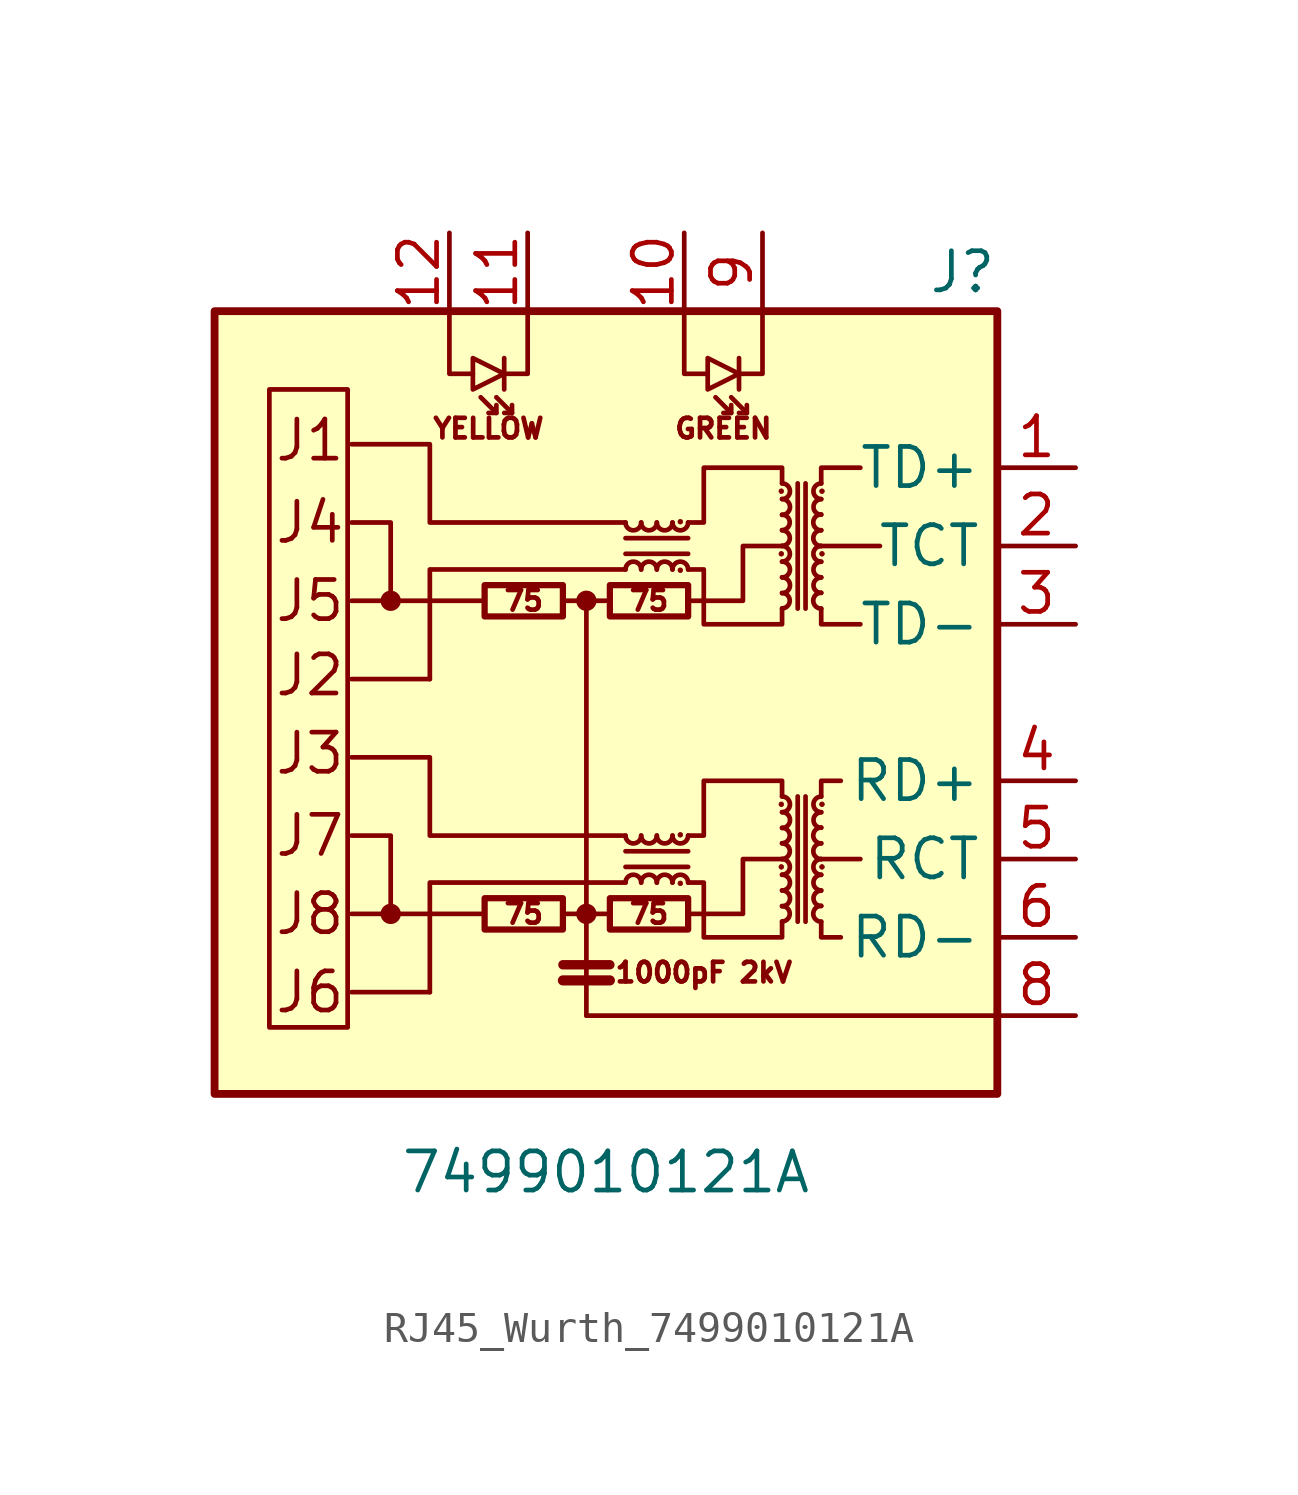
<source format=kicad_sym>
(kicad_symbol_lib
  (version 20220914)
  (generator kicad_symbol_editor)
  (symbol "RJ45_Wurth_7499010121A"
    (property "Reference" "J"
      (at 12.7 13.97 0)
      (effects (font (size 1.27 1.27)) (justify right)))
    (property "Value" "7499010121A"
      (at 0 -15.24 0)
      (effects (font (size 1.27 1.27))))
    (symbol "RJ45_Wurth_7499010121A_0_0"
      (rectangle (start -12.7 12.7) (end 12.7 -12.7) (stroke (width 0.254) (type solid)) (fill (type background)))
      (polyline (pts (xy -3.937 -6.858) (xy -8.255 -6.858)) (stroke (width 0) (type solid)) (fill (type none)))
      (polyline (pts (xy -3.937 3.302) (xy -8.255 3.302)) (stroke (width 0) (type solid)) (fill (type none)))
      (polyline (pts (xy -0.635 -10.16) (xy 12.7 -10.16)) (stroke (width 0) (type solid)) (fill (type none)))
      (polyline (pts (xy 8.255 -5.08) (xy 6.985 -5.08)) (stroke (width 0) (type solid)) (fill (type none)))
      (polyline (pts (xy 8.89 5.08) (xy 6.985 5.08)) (stroke (width 0) (type solid)) (fill (type none)))
      (polyline (pts (xy 0.635 -4.318) (xy -5.715 -4.318) (xy -5.715 -1.778) (xy -8.255 -1.778)) (stroke (width 0) (type solid)) (fill (type none)))
      (polyline (pts (xy 0.635 5.842) (xy -5.715 5.842) (xy -5.715 8.382) (xy -8.255 8.382)) (stroke (width 0) (type solid)) (fill (type none)))
      (polyline (pts (xy 2.667 -6.858) (xy 4.445 -6.858) (xy 4.445 -5.08) (xy 5.715 -5.08)) (stroke (width 0) (type solid)) (fill (type none)))
      (polyline (pts (xy 2.667 3.302) (xy 4.445 3.302) (xy 4.445 5.08) (xy 5.715 5.08)) (stroke (width 0) (type solid)) (fill (type none)))
      (text "1000pF 2kV" (at 3.175 -8.763 0) (effects (font (size 0.635 0.635))))
      (text "75" (at -2.667 -6.858 0) (effects (font (size 0.635 0.635))))
      (text "75" (at -2.667 3.302 0) (effects (font (size 0.635 0.635))))
      (text "75" (at 1.397 -6.858 0) (effects (font (size 0.635 0.635))))
      (text "75" (at 1.397 3.302 0) (effects (font (size 0.635 0.635))))
      (text "GREEN" (at 3.81 8.89 0) (effects (font (size 0.635 0.635))))
      (text "J1" (at -10.795 8.509 0) (effects (font (size 1.27 1.27)) (justify left)))
      (text "J2" (at -10.795 0.889 0) (effects (font (size 1.27 1.27)) (justify left)))
      (text "J3" (at -10.795 -1.651 0) (effects (font (size 1.27 1.27)) (justify left)))
      (text "J4" (at -10.795 5.842 0) (effects (font (size 1.27 1.27)) (justify left)))
      (text "J5" (at -10.795 3.302 0) (effects (font (size 1.27 1.27)) (justify left)))
      (text "J6" (at -10.795 -9.398 0) (effects (font (size 1.27 1.27)) (justify left)))
      (text "J7" (at -10.795 -4.318 0) (effects (font (size 1.27 1.27)) (justify left)))
      (text "J8" (at -10.795 -6.858 0) (effects (font (size 1.27 1.27)) (justify left)))
      (text "YELLOW" (at -3.81 8.89 0) (effects (font (size 0.635 0.635)))))
    (symbol "RJ45_Wurth_7499010121A_0_1"
      (rectangle (start -8.382 -10.541) (end -10.922 10.16) (stroke (width 0) (type solid)) (fill (type none)))
      (circle (center -6.985 -6.858) (radius 0.254) (stroke (width 0) (type solid)) (fill (type outline)))
      (circle (center -6.985 3.302) (radius 0.254) (stroke (width 0) (type solid)) (fill (type outline)))
      (rectangle (start -3.937 -7.366) (end -1.397 -6.35) (stroke (width 0.203) (type solid)) (fill (type none)))
      (rectangle (start -3.937 2.794) (end -1.397 3.81) (stroke (width 0.203) (type solid)) (fill (type none)))
      (circle (center -0.635 -6.858) (radius 0.254) (stroke (width 0) (type solid)) (fill (type outline)))
      (circle (center -0.635 3.302) (radius 0.254) (stroke (width 0) (type solid)) (fill (type outline)))
      (polyline (pts (xy -5.715 -9.398) (xy -8.255 -9.398)) (stroke (width 0) (type solid)) (fill (type none)))
      (polyline (pts (xy -5.715 0.762) (xy -8.255 0.762)) (stroke (width 0) (type solid)) (fill (type none)))
      (polyline (pts (xy -3.556 9.398) (xy -4.064 9.906)) (stroke (width 0) (type solid)) (fill (type none)))
      (polyline (pts (xy -3.302 11.176) (xy -3.302 10.16)) (stroke (width 0) (type solid)) (fill (type none)))
      (polyline (pts (xy -3.048 9.398) (xy -3.556 9.906)) (stroke (width 0) (type solid)) (fill (type none)))
      (polyline (pts (xy -1.397 -9.017) (xy 0.127 -9.017)) (stroke (width 0.33) (type solid)) (fill (type none)))
      (polyline (pts (xy -1.397 -8.509) (xy 0.127 -8.509)) (stroke (width 0.305) (type solid)) (fill (type none)))
      (polyline (pts (xy -0.635 3.302) (xy -1.397 3.302)) (stroke (width 0) (type solid)) (fill (type none)))
      (polyline (pts (xy 0.127 -6.858) (xy -1.397 -6.858)) (stroke (width 0) (type solid)) (fill (type none)))
      (polyline (pts (xy 0.635 -5.334) (xy 2.667 -5.334)) (stroke (width 0) (type solid)) (fill (type none)))
      (polyline (pts (xy 0.635 4.826) (xy 2.667 4.826)) (stroke (width 0) (type solid)) (fill (type none)))
      (polyline (pts (xy 2.667 -4.826) (xy 0.635 -4.826)) (stroke (width 0) (type solid)) (fill (type none)))
      (polyline (pts (xy 2.667 5.334) (xy 0.635 5.334)) (stroke (width 0) (type solid)) (fill (type none)))
      (polyline (pts (xy 4.064 9.398) (xy 3.556 9.906)) (stroke (width 0) (type solid)) (fill (type none)))
      (polyline (pts (xy 4.318 11.176) (xy 4.318 10.16)) (stroke (width 0) (type solid)) (fill (type none)))
      (polyline (pts (xy 4.572 9.398) (xy 4.064 9.906)) (stroke (width 0) (type solid)) (fill (type none)))
      (polyline (pts (xy 6.223 -3.048) (xy 6.223 -7.112)) (stroke (width 0) (type solid)) (fill (type none)))
      (polyline (pts (xy 6.223 7.112) (xy 6.223 3.048)) (stroke (width 0) (type solid)) (fill (type none)))
      (polyline (pts (xy 6.477 -7.112) (xy 6.477 -3.048)) (stroke (width 0) (type solid)) (fill (type none)))
      (polyline (pts (xy 6.477 3.048) (xy 6.477 7.112)) (stroke (width 0) (type solid)) (fill (type none)))
      (polyline (pts (xy -6.985 -6.858) (xy -6.985 -4.318) (xy -8.255 -4.318)) (stroke (width 0) (type solid)) (fill (type none)))
      (polyline (pts (xy -6.985 3.302) (xy -6.985 5.842) (xy -8.255 5.842)) (stroke (width 0) (type solid)) (fill (type none)))
      (polyline (pts (xy -5.08 12.7) (xy -5.08 10.668) (xy -4.318 10.668)) (stroke (width 0) (type solid)) (fill (type none)))
      (polyline (pts (xy -3.556 9.652) (xy -3.556 9.398) (xy -3.81 9.398)) (stroke (width 0) (type solid)) (fill (type none)))
      (polyline (pts (xy -3.048 9.652) (xy -3.048 9.398) (xy -3.302 9.398)) (stroke (width 0) (type solid)) (fill (type none)))
      (polyline (pts (xy -2.54 12.7) (xy -2.54 10.668) (xy -3.302 10.668)) (stroke (width 0) (type solid)) (fill (type none)))
      (polyline (pts (xy -0.635 -10.16) (xy -0.635 3.302) (xy 0 3.302)) (stroke (width 0) (type solid)) (fill (type none)))
      (polyline (pts (xy 0.635 -5.842) (xy -5.715 -5.842) (xy -5.715 -9.398)) (stroke (width 0) (type solid)) (fill (type none)))
      (polyline (pts (xy 0.635 4.318) (xy -5.715 4.318) (xy -5.715 0.762)) (stroke (width 0) (type solid)) (fill (type none)))
      (polyline (pts (xy 2.54 12.7) (xy 2.54 10.668) (xy 3.302 10.668)) (stroke (width 0) (type solid)) (fill (type none)))
      (polyline (pts (xy 4.064 9.652) (xy 4.064 9.398) (xy 3.81 9.398)) (stroke (width 0) (type solid)) (fill (type none)))
      (polyline (pts (xy 4.572 9.652) (xy 4.572 9.398) (xy 4.318 9.398)) (stroke (width 0) (type solid)) (fill (type none)))
      (polyline (pts (xy 5.08 12.7) (xy 5.08 10.668) (xy 4.318 10.668)) (stroke (width 0) (type solid)) (fill (type none)))
      (polyline (pts (xy 6.985 -7.112) (xy 6.985 -7.62) (xy 7.62 -7.62)) (stroke (width 0) (type solid)) (fill (type none)))
      (polyline (pts (xy 6.985 -3.048) (xy 6.985 -2.54) (xy 7.62 -2.54)) (stroke (width 0) (type solid)) (fill (type none)))
      (polyline (pts (xy 6.985 3.048) (xy 6.985 2.54) (xy 8.255 2.54)) (stroke (width 0) (type solid)) (fill (type none)))
      (polyline (pts (xy 6.985 7.112) (xy 6.985 7.62) (xy 8.255 7.62)) (stroke (width 0) (type solid)) (fill (type none)))
      (polyline (pts (xy -3.302 10.668) (xy -4.318 11.176) (xy -4.318 10.16) (xy -3.302 10.668)) (stroke (width 0) (type solid)) (fill (type none)))
      (polyline (pts (xy 4.318 10.668) (xy 3.302 11.176) (xy 3.302 10.16) (xy 4.318 10.668)) (stroke (width 0) (type solid)) (fill (type none)))
      (polyline (pts (xy 2.667 -4.318) (xy 3.175 -4.318) (xy 3.175 -2.54) (xy 5.715 -2.54) (xy 5.715 -3.048)) (stroke (width 0) (type solid)) (fill (type none)))
      (polyline (pts (xy 2.667 5.842) (xy 3.175 5.842) (xy 3.175 7.62) (xy 5.715 7.62) (xy 5.715 7.112)) (stroke (width 0) (type solid)) (fill (type none)))
      (polyline (pts (xy 5.715 -7.112) (xy 5.715 -7.62) (xy 3.175 -7.62) (xy 3.175 -5.842) (xy 2.667 -5.842)) (stroke (width 0) (type solid)) (fill (type none)))
      (polyline (pts (xy 5.715 3.048) (xy 5.715 2.54) (xy 3.175 2.54) (xy 3.175 4.318) (xy 2.667 4.318)) (stroke (width 0) (type solid)) (fill (type none)))
      (rectangle (start 0.127 -7.366) (end 2.667 -6.35) (stroke (width 0.203) (type solid)) (fill (type none)))
      (rectangle (start 0.127 2.794) (end 2.667 3.81) (stroke (width 0.203) (type solid)) (fill (type none)))
      (arc (start 0.635 -4.318) (mid 0.889 -4.5709) (end 1.143 -4.318) (stroke (width 0) (type solid)) (fill (type none)))
      (arc (start 0.635 5.842) (mid 0.889 5.5891) (end 1.143 5.842) (stroke (width 0) (type solid)) (fill (type none)))
      (arc (start 1.143 -5.842) (mid 0.889 -5.5891) (end 0.635 -5.842) (stroke (width 0) (type solid)) (fill (type none)))
      (arc (start 1.143 -4.318) (mid 1.397 -4.5709) (end 1.651 -4.318) (stroke (width 0) (type solid)) (fill (type none)))
      (arc (start 1.143 4.318) (mid 0.889 4.5709) (end 0.635 4.318) (stroke (width 0) (type solid)) (fill (type none)))
      (arc (start 1.143 5.842) (mid 1.397 5.5891) (end 1.651 5.842) (stroke (width 0) (type solid)) (fill (type none)))
      (arc (start 1.651 -5.842) (mid 1.397 -5.5891) (end 1.143 -5.842) (stroke (width 0) (type solid)) (fill (type none)))
      (arc (start 1.651 -4.318) (mid 1.905 -4.5709) (end 2.159 -4.318) (stroke (width 0) (type solid)) (fill (type none)))
      (arc (start 1.651 4.318) (mid 1.397 4.5709) (end 1.143 4.318) (stroke (width 0) (type solid)) (fill (type none)))
      (arc (start 1.651 5.842) (mid 1.905 5.5891) (end 2.159 5.842) (stroke (width 0) (type solid)) (fill (type none)))
      (arc (start 2.159 -5.842) (mid 1.905 -5.5891) (end 1.651 -5.842) (stroke (width 0) (type solid)) (fill (type none)))
      (arc (start 2.159 -4.318) (mid 2.413 -4.5709) (end 2.667 -4.318) (stroke (width 0) (type solid)) (fill (type none)))
      (arc (start 2.159 4.318) (mid 1.905 4.5709) (end 1.651 4.318) (stroke (width 0) (type solid)) (fill (type none)))
      (arc (start 2.159 5.842) (mid 2.413 5.5891) (end 2.667 5.842) (stroke (width 0) (type solid)) (fill (type none)))
      (circle (center 2.413 -5.867) (radius 0.076) (stroke (width 0.025) (type solid)) (fill (type outline)))
      (circle (center 2.413 -4.293) (radius 0.076) (stroke (width 0.025) (type solid)) (fill (type outline)))
      (circle (center 2.413 4.293) (radius 0.076) (stroke (width 0.025) (type solid)) (fill (type outline)))
      (circle (center 2.413 5.867) (radius 0.076) (stroke (width 0.025) (type solid)) (fill (type outline)))
      (arc (start 2.667 -5.842) (mid 2.413 -5.5891) (end 2.159 -5.842) (stroke (width 0) (type solid)) (fill (type none)))
      (arc (start 2.667 4.318) (mid 2.413 4.5709) (end 2.159 4.318) (stroke (width 0) (type solid)) (fill (type none)))
      (circle (center 5.69 -5.334) (radius 0.076) (stroke (width 0.025) (type solid)) (fill (type outline)))
      (circle (center 5.69 -3.302) (radius 0.076) (stroke (width 0.025) (type solid)) (fill (type outline)))
      (circle (center 5.69 4.826) (radius 0.076) (stroke (width 0.025) (type solid)) (fill (type outline)))
      (circle (center 5.69 6.858) (radius 0.076) (stroke (width 0.025) (type solid)) (fill (type outline)))
      (arc (start 5.715 -7.112) (mid 5.9679 -6.858) (end 5.715 -6.604) (stroke (width 0) (type solid)) (fill (type none)))
      (arc (start 5.715 -6.604) (mid 5.9679 -6.35) (end 5.715 -6.096) (stroke (width 0) (type solid)) (fill (type none)))
      (arc (start 5.715 -6.096) (mid 5.9679 -5.842) (end 5.715 -5.588) (stroke (width 0) (type solid)) (fill (type none)))
      (arc (start 5.715 -5.588) (mid 5.9679 -5.334) (end 5.715 -5.08) (stroke (width 0) (type solid)) (fill (type none)))
      (arc (start 5.715 -5.08) (mid 5.9679 -4.826) (end 5.715 -4.572) (stroke (width 0) (type solid)) (fill (type none)))
      (arc (start 5.715 -4.572) (mid 5.9679 -4.318) (end 5.715 -4.064) (stroke (width 0) (type solid)) (fill (type none)))
      (arc (start 5.715 -4.064) (mid 5.9679 -3.81) (end 5.715 -3.556) (stroke (width 0) (type solid)) (fill (type none)))
      (arc (start 5.715 -3.556) (mid 5.9679 -3.302) (end 5.715 -3.048) (stroke (width 0) (type solid)) (fill (type none)))
      (arc (start 5.715 3.048) (mid 5.9679 3.302) (end 5.715 3.556) (stroke (width 0) (type solid)) (fill (type none)))
      (arc (start 5.715 3.556) (mid 5.9679 3.81) (end 5.715 4.064) (stroke (width 0) (type solid)) (fill (type none)))
      (arc (start 5.715 4.064) (mid 5.9679 4.318) (end 5.715 4.572) (stroke (width 0) (type solid)) (fill (type none)))
      (arc (start 5.715 4.572) (mid 5.9679 4.826) (end 5.715 5.08) (stroke (width 0) (type solid)) (fill (type none)))
      (arc (start 5.715 5.08) (mid 5.9679 5.334) (end 5.715 5.588) (stroke (width 0) (type solid)) (fill (type none)))
      (arc (start 5.715 5.588) (mid 5.9679 5.842) (end 5.715 6.096) (stroke (width 0) (type solid)) (fill (type none)))
      (arc (start 5.715 6.096) (mid 5.9679 6.35) (end 5.715 6.604) (stroke (width 0) (type solid)) (fill (type none)))
      (arc (start 5.715 6.604) (mid 5.9679 6.858) (end 5.715 7.112) (stroke (width 0) (type solid)) (fill (type none)))
      (arc (start 6.985 -6.604) (mid 6.7321 -6.858) (end 6.985 -7.112) (stroke (width 0) (type solid)) (fill (type none)))
      (arc (start 6.985 -6.096) (mid 6.7321 -6.35) (end 6.985 -6.604) (stroke (width 0) (type solid)) (fill (type none)))
      (arc (start 6.985 -5.588) (mid 6.7321 -5.842) (end 6.985 -6.096) (stroke (width 0) (type solid)) (fill (type none)))
      (arc (start 6.985 -5.08) (mid 6.7321 -5.334) (end 6.985 -5.588) (stroke (width 0) (type solid)) (fill (type none)))
      (arc (start 6.985 -4.572) (mid 6.7321 -4.826) (end 6.985 -5.08) (stroke (width 0) (type solid)) (fill (type none)))
      (arc (start 6.985 -4.064) (mid 6.7321 -4.318) (end 6.985 -4.572) (stroke (width 0) (type solid)) (fill (type none)))
      (arc (start 6.985 -3.556) (mid 6.7321 -3.81) (end 6.985 -4.064) (stroke (width 0) (type solid)) (fill (type none)))
      (arc (start 6.985 -3.048) (mid 6.7321 -3.302) (end 6.985 -3.556) (stroke (width 0) (type solid)) (fill (type none)))
      (arc (start 6.985 3.556) (mid 6.7321 3.302) (end 6.985 3.048) (stroke (width 0) (type solid)) (fill (type none)))
      (arc (start 6.985 4.064) (mid 6.7321 3.81) (end 6.985 3.556) (stroke (width 0) (type solid)) (fill (type none)))
      (arc (start 6.985 4.572) (mid 6.7321 4.318) (end 6.985 4.064) (stroke (width 0) (type solid)) (fill (type none)))
      (arc (start 6.985 5.08) (mid 6.7321 4.826) (end 6.985 4.572) (stroke (width 0) (type solid)) (fill (type none)))
      (arc (start 6.985 5.588) (mid 6.7321 5.334) (end 6.985 5.08) (stroke (width 0) (type solid)) (fill (type none)))
      (arc (start 6.985 6.096) (mid 6.7321 5.842) (end 6.985 5.588) (stroke (width 0) (type solid)) (fill (type none)))
      (arc (start 6.985 6.604) (mid 6.7321 6.35) (end 6.985 6.096) (stroke (width 0) (type solid)) (fill (type none)))
      (arc (start 6.985 7.112) (mid 6.7321 6.858) (end 6.985 6.604) (stroke (width 0) (type solid)) (fill (type none)))
      (circle (center 7.01 -5.334) (radius 0.076) (stroke (width 0.025) (type solid)) (fill (type outline)))
      (circle (center 7.01 -3.302) (radius 0.076) (stroke (width 0.025) (type solid)) (fill (type outline)))
      (circle (center 7.01 4.826) (radius 0.076) (stroke (width 0.025) (type solid)) (fill (type outline)))
      (circle (center 7.01 6.858) (radius 0.076) (stroke (width 0.025) (type solid)) (fill (type outline))))
    (symbol "RJ45_Wurth_7499010121A_1_1"
      (pin passive line (at 15.24 7.62 180) (length 2.54) (name "TD+" (effects (font (size 1.27 1.27)))) (number "1" (effects (font (size 1.27 1.27)))))
      (pin passive line (at 2.54 15.24 270) (length 2.54) (name "~" (effects (font (size 1.27 1.27)))) (number "10" (effects (font (size 1.27 1.27)))))
      (pin passive line (at -2.54 15.24 270) (length 2.54) (name "~" (effects (font (size 1.27 1.27)))) (number "11" (effects (font (size 1.27 1.27)))))
      (pin passive line (at -5.08 15.24 270) (length 2.54) (name "~" (effects (font (size 1.27 1.27)))) (number "12" (effects (font (size 1.27 1.27)))))
      (pin passive line (at 15.24 5.08 180) (length 2.54) (name "TCT" (effects (font (size 1.27 1.27)))) (number "2" (effects (font (size 1.27 1.27)))))
      (pin passive line (at 15.24 2.54 180) (length 2.54) (name "TD-" (effects (font (size 1.27 1.27)))) (number "3" (effects (font (size 1.27 1.27)))))
      (pin passive line (at 15.24 -2.54 180) (length 2.54) (name "RD+" (effects (font (size 1.27 1.27)))) (number "4" (effects (font (size 1.27 1.27)))))
      (pin passive line (at 15.24 -5.08 180) (length 2.54) (name "RCT" (effects (font (size 1.27 1.27)))) (number "5" (effects (font (size 1.27 1.27)))))
      (pin passive line (at 15.24 -7.62 180) (length 2.54) (name "RD-" (effects (font (size 1.27 1.27)))) (number "6" (effects (font (size 1.27 1.27)))))
      (pin passive line (at 15.24 -10.16 180) (length 2.54) (name "~" (effects (font (size 1.27 1.27)))) (number "8" (effects (font (size 1.27 1.27)))))
      (pin passive line (at 5.08 15.24 270) (length 2.54) (name "~" (effects (font (size 1.27 1.27)))) (number "9" (effects (font (size 1.27 1.27))))))))
</source>
